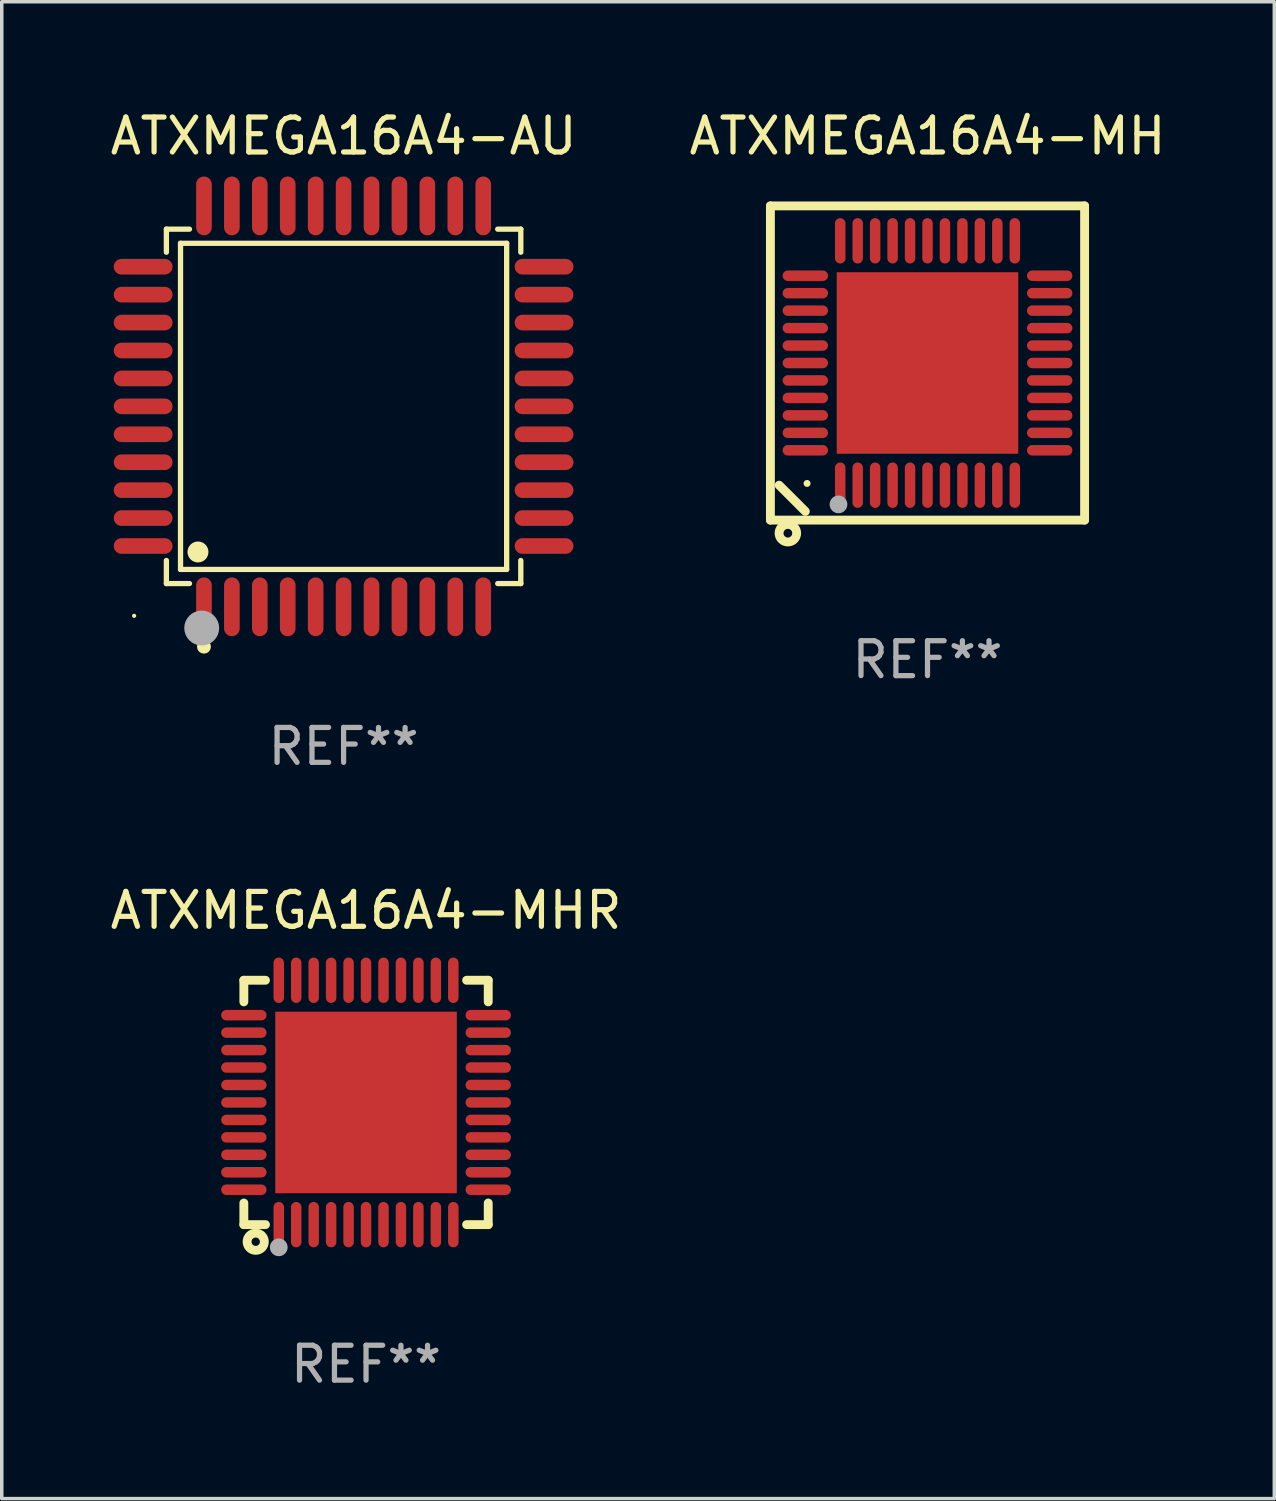
<source format=kicad_pcb>
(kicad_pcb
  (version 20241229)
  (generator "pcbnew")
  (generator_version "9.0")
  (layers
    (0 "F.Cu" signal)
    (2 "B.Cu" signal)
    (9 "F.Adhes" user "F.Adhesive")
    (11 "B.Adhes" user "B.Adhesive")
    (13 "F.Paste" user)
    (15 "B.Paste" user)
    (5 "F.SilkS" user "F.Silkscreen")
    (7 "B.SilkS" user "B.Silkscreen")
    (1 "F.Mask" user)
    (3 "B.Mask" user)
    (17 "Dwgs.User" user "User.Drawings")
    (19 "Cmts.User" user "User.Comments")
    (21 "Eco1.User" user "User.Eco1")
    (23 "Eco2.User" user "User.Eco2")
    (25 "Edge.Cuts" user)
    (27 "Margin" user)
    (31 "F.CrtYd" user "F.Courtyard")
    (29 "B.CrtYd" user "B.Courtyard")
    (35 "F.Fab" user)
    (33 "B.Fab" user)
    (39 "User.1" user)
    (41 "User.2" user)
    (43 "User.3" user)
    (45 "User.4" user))
  (footprint "ATXMEGA16A4-MH"
    (layer "F.Cu")
    (at 23.518 7.348)
    (property "Reference" "ATXMEGA16A4-MH" (at 0 -6.5 0) (layer "F.SilkS") (effects (font (size 1 1) (thickness 0.15))))
    (attr through_hole)
    (fp_line (start -4.5 -4.5) (end -4.5 4.5) (stroke (width 0.254) (type solid)) (layer "F.SilkS"))
    (fp_line (start -4.5 4.5) (end 4.5 4.5) (stroke (width 0.254) (type solid)) (layer "F.SilkS"))
    (fp_line (start -3.5 4.25) (end -4.25 3.5) (stroke (width 0.254) (type solid)) (layer "F.SilkS"))
    (fp_line (start 4.5 -4.5) (end -4.5 -4.5) (stroke (width 0.254) (type solid)) (layer "F.SilkS"))
    (fp_line (start 4.5 4.5) (end 4.5 -4.5) (stroke (width 0.254) (type solid)) (layer "F.SilkS"))
    (fp_circle (center -4 4.875) (end -3.875 4.875) (stroke (width 0.254) (type solid)) (fill no) (layer "F.SilkS"))
    (fp_circle (center -3.45 3.45) (end -3.4 3.45) (stroke (width 0.1) (type solid)) (fill no) (layer "F.SilkS"))
    (fp_circle (center -2.55 4.05) (end -2.423 4.05) (stroke (width 0.254) (type solid)) (fill no) (layer "F.Fab"))
    (fp_text user "REF**" (at 0 8.5 0) (layer "F.Fab") (effects (font (size 1 1) (thickness 0.15))))
    (pad "1" smd oval (at -2.5 3.5 90) (size 1.3 0.3) (layers "F.Cu" "F.Mask" "F.Paste"))
    (pad "2" smd oval (at -2 3.5 90) (size 1.3 0.3) (layers "F.Cu" "F.Mask" "F.Paste"))
    (pad "3" smd oval (at -1.5 3.5 90) (size 1.3 0.3) (layers "F.Cu" "F.Mask" "F.Paste"))
    (pad "4" smd oval (at -1 3.5 90) (size 1.3 0.3) (layers "F.Cu" "F.Mask" "F.Paste"))
    (pad "5" smd oval (at -0.5 3.5 90) (size 1.3 0.3) (layers "F.Cu" "F.Mask" "F.Paste"))
    (pad "6" smd oval (at 0.000025 3.5 90) (size 1.3 0.3) (layers "F.Cu" "F.Mask" "F.Paste"))
    (pad "7" smd oval (at 0.5 3.5 90) (size 1.3 0.3) (layers "F.Cu" "F.Mask" "F.Paste"))
    (pad "8" smd oval (at 1 3.5 90) (size 1.3 0.3) (layers "F.Cu" "F.Mask" "F.Paste"))
    (pad "9" smd oval (at 1.5 3.5 90) (size 1.3 0.3) (layers "F.Cu" "F.Mask" "F.Paste"))
    (pad "10" smd oval (at 2 3.5 90) (size 1.3 0.3) (layers "F.Cu" "F.Mask" "F.Paste"))
    (pad "11" smd oval (at 2.5 3.5 90) (size 1.3 0.3) (layers "F.Cu" "F.Mask" "F.Paste"))
    (pad "12" smd oval (at 3.5 2.5 90) (size 0.3 1.3) (layers "F.Cu" "F.Mask" "F.Paste"))
    (pad "13" smd oval (at 3.5 2 90) (size 0.3 1.3) (layers "F.Cu" "F.Mask" "F.Paste"))
    (pad "14" smd oval (at 3.5 1.5 90) (size 0.3 1.3) (layers "F.Cu" "F.Mask" "F.Paste"))
    (pad "15" smd oval (at 3.5 1 90) (size 0.3 1.3) (layers "F.Cu" "F.Mask" "F.Paste"))
    (pad "16" smd oval (at 3.5 0.5 90) (size 0.3 1.3) (layers "F.Cu" "F.Mask" "F.Paste"))
    (pad "17" smd oval (at 3.5 0.000025 90) (size 0.3 1.3) (layers "F.Cu" "F.Mask" "F.Paste"))
    (pad "18" smd oval (at 3.5 -0.5 90) (size 0.3 1.3) (layers "F.Cu" "F.Mask" "F.Paste"))
    (pad "19" smd oval (at 3.5 -1 90) (size 0.3 1.3) (layers "F.Cu" "F.Mask" "F.Paste"))
    (pad "20" smd oval (at 3.5 -1.5 90) (size 0.3 1.3) (layers "F.Cu" "F.Mask" "F.Paste"))
    (pad "21" smd oval (at 3.5 -2 90) (size 0.3 1.3) (layers "F.Cu" "F.Mask" "F.Paste"))
    (pad "22" smd oval (at 3.5 -2.5 90) (size 0.3 1.3) (layers "F.Cu" "F.Mask" "F.Paste"))
    (pad "23" smd oval (at 2.5 -3.5 90) (size 1.3 0.3) (layers "F.Cu" "F.Mask" "F.Paste"))
    (pad "24" smd oval (at 2 -3.5 90) (size 1.3 0.3) (layers "F.Cu" "F.Mask" "F.Paste"))
    (pad "25" smd oval (at 1.5 -3.5 90) (size 1.3 0.3) (layers "F.Cu" "F.Mask" "F.Paste"))
    (pad "26" smd oval (at 1 -3.5 90) (size 1.3 0.3) (layers "F.Cu" "F.Mask" "F.Paste"))
    (pad "27" smd oval (at 0.5 -3.5 90) (size 1.3 0.3) (layers "F.Cu" "F.Mask" "F.Paste"))
    (pad "28" smd oval (at 0.000025 -3.5 90) (size 1.3 0.3) (layers "F.Cu" "F.Mask" "F.Paste"))
    (pad "29" smd oval (at -0.5 -3.5 90) (size 1.3 0.3) (layers "F.Cu" "F.Mask" "F.Paste"))
    (pad "30" smd oval (at -1 -3.5 90) (size 1.3 0.3) (layers "F.Cu" "F.Mask" "F.Paste"))
    (pad "31" smd oval (at -1.5 -3.5 90) (size 1.3 0.3) (layers "F.Cu" "F.Mask" "F.Paste"))
    (pad "32" smd oval (at -2 -3.5 90) (size 1.3 0.3) (layers "F.Cu" "F.Mask" "F.Paste"))
    (pad "33" smd oval (at -2.5 -3.5 90) (size 1.3 0.3) (layers "F.Cu" "F.Mask" "F.Paste"))
    (pad "34" smd oval (at -3.5 -2.5 90) (size 0.3 1.3) (layers "F.Cu" "F.Mask" "F.Paste"))
    (pad "35" smd oval (at -3.5 -2 90) (size 0.3 1.3) (layers "F.Cu" "F.Mask" "F.Paste"))
    (pad "36" smd oval (at -3.5 -1.5 90) (size 0.3 1.3) (layers "F.Cu" "F.Mask" "F.Paste"))
    (pad "37" smd oval (at -3.5 -1 90) (size 0.3 1.3) (layers "F.Cu" "F.Mask" "F.Paste"))
    (pad "38" smd oval (at -3.5 -0.5 90) (size 0.3 1.3) (layers "F.Cu" "F.Mask" "F.Paste"))
    (pad "39" smd oval (at -3.5 0.000025 90) (size 0.3 1.3) (layers "F.Cu" "F.Mask" "F.Paste"))
    (pad "40" smd oval (at -3.5 0.5 90) (size 0.3 1.3) (layers "F.Cu" "F.Mask" "F.Paste"))
    (pad "41" smd oval (at -3.5 1 90) (size 0.3 1.3) (layers "F.Cu" "F.Mask" "F.Paste"))
    (pad "42" smd oval (at -3.5 1.5 90) (size 0.3 1.3) (layers "F.Cu" "F.Mask" "F.Paste"))
    (pad "43" smd oval (at -3.5 2 90) (size 0.3 1.3) (layers "F.Cu" "F.Mask" "F.Paste"))
    (pad "44" smd oval (at -3.5 2.5 90) (size 0.3 1.3) (layers "F.Cu" "F.Mask" "F.Paste"))
    (pad "45" smd rect (at 0.000025 0.000025 90) (size 5.2 5.2) (layers "F.Cu" "F.Mask" "F.Paste")))
  (footprint "ATXMEGA16A4-AU"
    (layer "F.Cu")
    (at 6.792 8.59)
    (property "Reference" "ATXMEGA16A4-AU" (at 0 -7.742 0) (layer "F.SilkS") (effects (font (size 1 1) (thickness 0.15))))
    (attr through_hole)
    (fp_line (start -5.076 -5.076) (end -4.415 -5.076) (stroke (width 0.152) (type solid)) (layer "F.SilkS"))
    (fp_line (start -5.076 -4.415) (end -5.076 -5.076) (stroke (width 0.152) (type solid)) (layer "F.SilkS"))
    (fp_line (start -5.076 4.415) (end -5.076 5.076) (stroke (width 0.152) (type solid)) (layer "F.SilkS"))
    (fp_line (start -5.076 5.076) (end -4.415 5.076) (stroke (width 0.152) (type solid)) (layer "F.SilkS"))
    (fp_line (start -4.671 -4.671) (end 4.671 -4.671) (stroke (width 0.152) (type solid)) (layer "F.SilkS"))
    (fp_line (start -4.671 4.671) (end -4.671 -4.671) (stroke (width 0.152) (type solid)) (layer "F.SilkS"))
    (fp_line (start 4.671 -4.671) (end 4.671 4.671) (stroke (width 0.152) (type solid)) (layer "F.SilkS"))
    (fp_line (start 4.671 4.671) (end -4.671 4.671) (stroke (width 0.152) (type solid)) (layer "F.SilkS"))
    (fp_line (start 5.076 -5.076) (end 4.415 -5.076) (stroke (width 0.152) (type solid)) (layer "F.SilkS"))
    (fp_line (start 5.076 -4.415) (end 5.076 -5.076) (stroke (width 0.152) (type solid)) (layer "F.SilkS"))
    (fp_line (start 5.076 4.415) (end 5.076 5.076) (stroke (width 0.152) (type solid)) (layer "F.SilkS"))
    (fp_line (start 5.076 5.076) (end 4.415 5.076) (stroke (width 0.152) (type solid)) (layer "F.SilkS"))
    (fp_circle (center -6 6) (end -5.97 6) (stroke (width 0.06) (type solid)) (fill no) (layer "F.SilkS"))
    (fp_circle (center -4.171 4.171) (end -4.021 4.171) (stroke (width 0.3) (type solid)) (fill no) (layer "F.SilkS"))
    (fp_circle (center -4 6.884) (end -3.9 6.884) (stroke (width 0.2) (type solid)) (fill no) (layer "F.SilkS"))
    (fp_circle (center -4.064 6.35) (end -3.814 6.35) (stroke (width 0.5) (type solid)) (fill no) (layer "F.Fab"))
    (fp_text user "REF**" (at 0 9.742 0) (layer "F.Fab") (effects (font (size 1 1) (thickness 0.15))))
    (pad "1" smd oval (at -4 5.742) (size 0.448 1.684) (layers "F.Cu" "F.Mask" "F.Paste"))
    (pad "2" smd oval (at -3.2 5.742) (size 0.448 1.684) (layers "F.Cu" "F.Mask" "F.Paste"))
    (pad "3" smd oval (at -2.4 5.742) (size 0.448 1.684) (layers "F.Cu" "F.Mask" "F.Paste"))
    (pad "4" smd oval (at -1.6 5.742) (size 0.448 1.684) (layers "F.Cu" "F.Mask" "F.Paste"))
    (pad "5" smd oval (at -0.8 5.742) (size 0.448 1.684) (layers "F.Cu" "F.Mask" "F.Paste"))
    (pad "6" smd oval (at 0 5.742) (size 0.448 1.684) (layers "F.Cu" "F.Mask" "F.Paste"))
    (pad "7" smd oval (at 0.8 5.742) (size 0.448 1.684) (layers "F.Cu" "F.Mask" "F.Paste"))
    (pad "8" smd oval (at 1.6 5.742) (size 0.448 1.684) (layers "F.Cu" "F.Mask" "F.Paste"))
    (pad "9" smd oval (at 2.4 5.742) (size 0.448 1.684) (layers "F.Cu" "F.Mask" "F.Paste"))
    (pad "10" smd oval (at 3.2 5.742) (size 0.448 1.684) (layers "F.Cu" "F.Mask" "F.Paste"))
    (pad "11" smd oval (at 4 5.742) (size 0.448 1.684) (layers "F.Cu" "F.Mask" "F.Paste"))
    (pad "12" smd oval (at 5.742 4) (size 1.684 0.448) (layers "F.Cu" "F.Mask" "F.Paste"))
    (pad "13" smd oval (at 5.742 3.2) (size 1.684 0.448) (layers "F.Cu" "F.Mask" "F.Paste"))
    (pad "14" smd oval (at 5.742 2.4) (size 1.684 0.448) (layers "F.Cu" "F.Mask" "F.Paste"))
    (pad "15" smd oval (at 5.742 1.6) (size 1.684 0.448) (layers "F.Cu" "F.Mask" "F.Paste"))
    (pad "16" smd oval (at 5.742 0.8) (size 1.684 0.448) (layers "F.Cu" "F.Mask" "F.Paste"))
    (pad "17" smd oval (at 5.742 0) (size 1.684 0.448) (layers "F.Cu" "F.Mask" "F.Paste"))
    (pad "18" smd oval (at 5.742 -0.8) (size 1.684 0.448) (layers "F.Cu" "F.Mask" "F.Paste"))
    (pad "19" smd oval (at 5.742 -1.6) (size 1.684 0.448) (layers "F.Cu" "F.Mask" "F.Paste"))
    (pad "20" smd oval (at 5.742 -2.4) (size 1.684 0.448) (layers "F.Cu" "F.Mask" "F.Paste"))
    (pad "21" smd oval (at 5.742 -3.2) (size 1.684 0.448) (layers "F.Cu" "F.Mask" "F.Paste"))
    (pad "22" smd oval (at 5.742 -4) (size 1.684 0.448) (layers "F.Cu" "F.Mask" "F.Paste"))
    (pad "23" smd oval (at 4 -5.742) (size 0.448 1.684) (layers "F.Cu" "F.Mask" "F.Paste"))
    (pad "24" smd oval (at 3.2 -5.742) (size 0.448 1.684) (layers "F.Cu" "F.Mask" "F.Paste"))
    (pad "25" smd oval (at 2.4 -5.742) (size 0.448 1.684) (layers "F.Cu" "F.Mask" "F.Paste"))
    (pad "26" smd oval (at 1.6 -5.742) (size 0.448 1.684) (layers "F.Cu" "F.Mask" "F.Paste"))
    (pad "27" smd oval (at 0.8 -5.742) (size 0.448 1.684) (layers "F.Cu" "F.Mask" "F.Paste"))
    (pad "28" smd oval (at 0 -5.742) (size 0.448 1.684) (layers "F.Cu" "F.Mask" "F.Paste"))
    (pad "29" smd oval (at -0.8 -5.742) (size 0.448 1.684) (layers "F.Cu" "F.Mask" "F.Paste"))
    (pad "30" smd oval (at -1.6 -5.742) (size 0.448 1.684) (layers "F.Cu" "F.Mask" "F.Paste"))
    (pad "31" smd oval (at -2.4 -5.742) (size 0.448 1.684) (layers "F.Cu" "F.Mask" "F.Paste"))
    (pad "32" smd oval (at -3.2 -5.742) (size 0.448 1.684) (layers "F.Cu" "F.Mask" "F.Paste"))
    (pad "33" smd oval (at -4 -5.742) (size 0.448 1.684) (layers "F.Cu" "F.Mask" "F.Paste"))
    (pad "34" smd oval (at -5.742 -4) (size 1.684 0.448) (layers "F.Cu" "F.Mask" "F.Paste"))
    (pad "35" smd oval (at -5.742 -3.2) (size 1.684 0.448) (layers "F.Cu" "F.Mask" "F.Paste"))
    (pad "36" smd oval (at -5.742 -2.4) (size 1.684 0.448) (layers "F.Cu" "F.Mask" "F.Paste"))
    (pad "37" smd oval (at -5.742 -1.6) (size 1.684 0.448) (layers "F.Cu" "F.Mask" "F.Paste"))
    (pad "38" smd oval (at -5.742 -0.8) (size 1.684 0.448) (layers "F.Cu" "F.Mask" "F.Paste"))
    (pad "39" smd oval (at -5.742 0) (size 1.684 0.448) (layers "F.Cu" "F.Mask" "F.Paste"))
    (pad "40" smd oval (at -5.742 0.8) (size 1.684 0.448) (layers "F.Cu" "F.Mask" "F.Paste"))
    (pad "41" smd oval (at -5.742 1.6) (size 1.684 0.448) (layers "F.Cu" "F.Mask" "F.Paste"))
    (pad "42" smd oval (at -5.742 2.4) (size 1.684 0.448) (layers "F.Cu" "F.Mask" "F.Paste"))
    (pad "43" smd oval (at -5.742 3.2) (size 1.684 0.448) (layers "F.Cu" "F.Mask" "F.Paste"))
    (pad "44" smd oval (at -5.742 4) (size 1.684 0.448) (layers "F.Cu" "F.Mask" "F.Paste")))
  (footprint "ATXMEGA16A4-MHR"
    (layer "F.Cu")
    (at 7.435 28.529)
    (property "Reference" "ATXMEGA16A4-MHR" (at 0 -5.5 0) (layer "F.SilkS") (effects (font (size 1 1) (thickness 0.15))))
    (attr through_hole)
    (fp_line (start -3.5 -3.5) (end -2.881 -3.5) (stroke (width 0.254) (type solid)) (layer "F.SilkS"))
    (fp_line (start -3.5 -2.881) (end -3.5 -3.5) (stroke (width 0.254) (type solid)) (layer "F.SilkS"))
    (fp_line (start -3.5 3.5) (end -3.5 2.881) (stroke (width 0.254) (type solid)) (layer "F.SilkS"))
    (fp_line (start -2.881 3.5) (end -3.5 3.5) (stroke (width 0.254) (type solid)) (layer "F.SilkS"))
    (fp_line (start 2.881 -3.5) (end 3.5 -3.5) (stroke (width 0.254) (type solid)) (layer "F.SilkS"))
    (fp_line (start 3.5 -3.5) (end 3.5 -2.881) (stroke (width 0.254) (type solid)) (layer "F.SilkS"))
    (fp_line (start 3.5 2.881) (end 3.5 3.5) (stroke (width 0.254) (type solid)) (layer "F.SilkS"))
    (fp_line (start 3.5 3.5) (end 2.881 3.5) (stroke (width 0.254) (type solid)) (layer "F.SilkS"))
    (fp_circle (center -3.5 3.5) (end -3.47 3.5) (stroke (width 0.06) (type solid)) (fill no) (layer "F.SilkS"))
    (fp_circle (center -3.16 3.99) (end -3.04 3.99) (stroke (width 0.254) (type solid)) (fill no) (layer "F.SilkS"))
    (fp_circle (center -2.5 4.15) (end -2.373 4.15) (stroke (width 0.254) (type solid)) (fill no) (layer "F.Fab"))
    (fp_text user "REF**" (at 0 7.5 0) (layer "F.Fab") (effects (font (size 1 1) (thickness 0.15))))
    (pad "1" smd oval (at -2.5 3.5 90) (size 1.3 0.3) (layers "F.Cu" "F.Mask" "F.Paste"))
    (pad "2" smd oval (at -2 3.5 90) (size 1.3 0.3) (layers "F.Cu" "F.Mask" "F.Paste"))
    (pad "3" smd oval (at -1.5 3.5 90) (size 1.3 0.3) (layers "F.Cu" "F.Mask" "F.Paste"))
    (pad "4" smd oval (at -1 3.5 90) (size 1.3 0.3) (layers "F.Cu" "F.Mask" "F.Paste"))
    (pad "5" smd oval (at -0.5 3.5 90) (size 1.3 0.3) (layers "F.Cu" "F.Mask" "F.Paste"))
    (pad "6" smd oval (at -0.000127 3.5 90) (size 1.3 0.3) (layers "F.Cu" "F.Mask" "F.Paste"))
    (pad "7" smd oval (at 0.5 3.5 90) (size 1.3 0.3) (layers "F.Cu" "F.Mask" "F.Paste"))
    (pad "8" smd oval (at 1 3.5 90) (size 1.3 0.3) (layers "F.Cu" "F.Mask" "F.Paste"))
    (pad "9" smd oval (at 1.5 3.5 90) (size 1.3 0.3) (layers "F.Cu" "F.Mask" "F.Paste"))
    (pad "10" smd oval (at 2 3.5 90) (size 1.3 0.3) (layers "F.Cu" "F.Mask" "F.Paste"))
    (pad "11" smd oval (at 2.5 3.5 90) (size 1.3 0.3) (layers "F.Cu" "F.Mask" "F.Paste"))
    (pad "12" smd oval (at 3.5 2.5 90) (size 0.3 1.3) (layers "F.Cu" "F.Mask" "F.Paste"))
    (pad "13" smd oval (at 3.5 2 90) (size 0.3 1.3) (layers "F.Cu" "F.Mask" "F.Paste"))
    (pad "14" smd oval (at 3.5 1.5 90) (size 0.3 1.3) (layers "F.Cu" "F.Mask" "F.Paste"))
    (pad "15" smd oval (at 3.5 1 90) (size 0.3 1.3) (layers "F.Cu" "F.Mask" "F.Paste"))
    (pad "16" smd oval (at 3.5 0.5 90) (size 0.3 1.3) (layers "F.Cu" "F.Mask" "F.Paste"))
    (pad "17" smd oval (at 3.5 0.000127 90) (size 0.3 1.3) (layers "F.Cu" "F.Mask" "F.Paste"))
    (pad "18" smd oval (at 3.5 -0.5 90) (size 0.3 1.3) (layers "F.Cu" "F.Mask" "F.Paste"))
    (pad "19" smd oval (at 3.5 -1 90) (size 0.3 1.3) (layers "F.Cu" "F.Mask" "F.Paste"))
    (pad "20" smd oval (at 3.5 -1.5 90) (size 0.3 1.3) (layers "F.Cu" "F.Mask" "F.Paste"))
    (pad "21" smd oval (at 3.5 -2 90) (size 0.3 1.3) (layers "F.Cu" "F.Mask" "F.Paste"))
    (pad "22" smd oval (at 3.5 -2.5 90) (size 0.3 1.3) (layers "F.Cu" "F.Mask" "F.Paste"))
    (pad "23" smd oval (at 2.5 -3.5 90) (size 1.3 0.3) (layers "F.Cu" "F.Mask" "F.Paste"))
    (pad "24" smd oval (at 2 -3.5 90) (size 1.3 0.3) (layers "F.Cu" "F.Mask" "F.Paste"))
    (pad "25" smd oval (at 1.5 -3.5 90) (size 1.3 0.3) (layers "F.Cu" "F.Mask" "F.Paste"))
    (pad "26" smd oval (at 1 -3.5 90) (size 1.3 0.3) (layers "F.Cu" "F.Mask" "F.Paste"))
    (pad "27" smd oval (at 0.5 -3.5 90) (size 1.3 0.3) (layers "F.Cu" "F.Mask" "F.Paste"))
    (pad "28" smd oval (at -0.000127 -3.5 90) (size 1.3 0.3) (layers "F.Cu" "F.Mask" "F.Paste"))
    (pad "29" smd oval (at -0.5 -3.5 90) (size 1.3 0.3) (layers "F.Cu" "F.Mask" "F.Paste"))
    (pad "30" smd oval (at -1 -3.5 90) (size 1.3 0.3) (layers "F.Cu" "F.Mask" "F.Paste"))
    (pad "31" smd oval (at -1.5 -3.5 90) (size 1.3 0.3) (layers "F.Cu" "F.Mask" "F.Paste"))
    (pad "32" smd oval (at -2 -3.5 90) (size 1.3 0.3) (layers "F.Cu" "F.Mask" "F.Paste"))
    (pad "33" smd oval (at -2.5 -3.5 90) (size 1.3 0.3) (layers "F.Cu" "F.Mask" "F.Paste"))
    (pad "34" smd oval (at -3.5 -2.5 90) (size 0.3 1.3) (layers "F.Cu" "F.Mask" "F.Paste"))
    (pad "35" smd oval (at -3.5 -2 90) (size 0.3 1.3) (layers "F.Cu" "F.Mask" "F.Paste"))
    (pad "36" smd oval (at -3.5 -1.5 90) (size 0.3 1.3) (layers "F.Cu" "F.Mask" "F.Paste"))
    (pad "37" smd oval (at -3.5 -1 90) (size 0.3 1.3) (layers "F.Cu" "F.Mask" "F.Paste"))
    (pad "38" smd oval (at -3.5 -0.5 90) (size 0.3 1.3) (layers "F.Cu" "F.Mask" "F.Paste"))
    (pad "39" smd oval (at -3.5 0.000127 90) (size 0.3 1.3) (layers "F.Cu" "F.Mask" "F.Paste"))
    (pad "40" smd oval (at -3.5 0.5 90) (size 0.3 1.3) (layers "F.Cu" "F.Mask" "F.Paste"))
    (pad "41" smd oval (at -3.5 1 90) (size 0.3 1.3) (layers "F.Cu" "F.Mask" "F.Paste"))
    (pad "42" smd oval (at -3.5 1.5 90) (size 0.3 1.3) (layers "F.Cu" "F.Mask" "F.Paste"))
    (pad "43" smd oval (at -3.5 2 90) (size 0.3 1.3) (layers "F.Cu" "F.Mask" "F.Paste"))
    (pad "44" smd oval (at -3.5 2.5 90) (size 0.3 1.3) (layers "F.Cu" "F.Mask" "F.Paste"))
    (pad "45" smd rect (at -0.000127 0.000127 90) (size 5.2 5.2) (layers "F.Cu" "F.Mask" "F.Paste")))
  (gr_rect
    (start -3 -3)
    (end 33.452 39.877)
    (stroke (width 0.1) (type default))
    (fill no)
    (layer "Edge.Cuts")))
</source>
